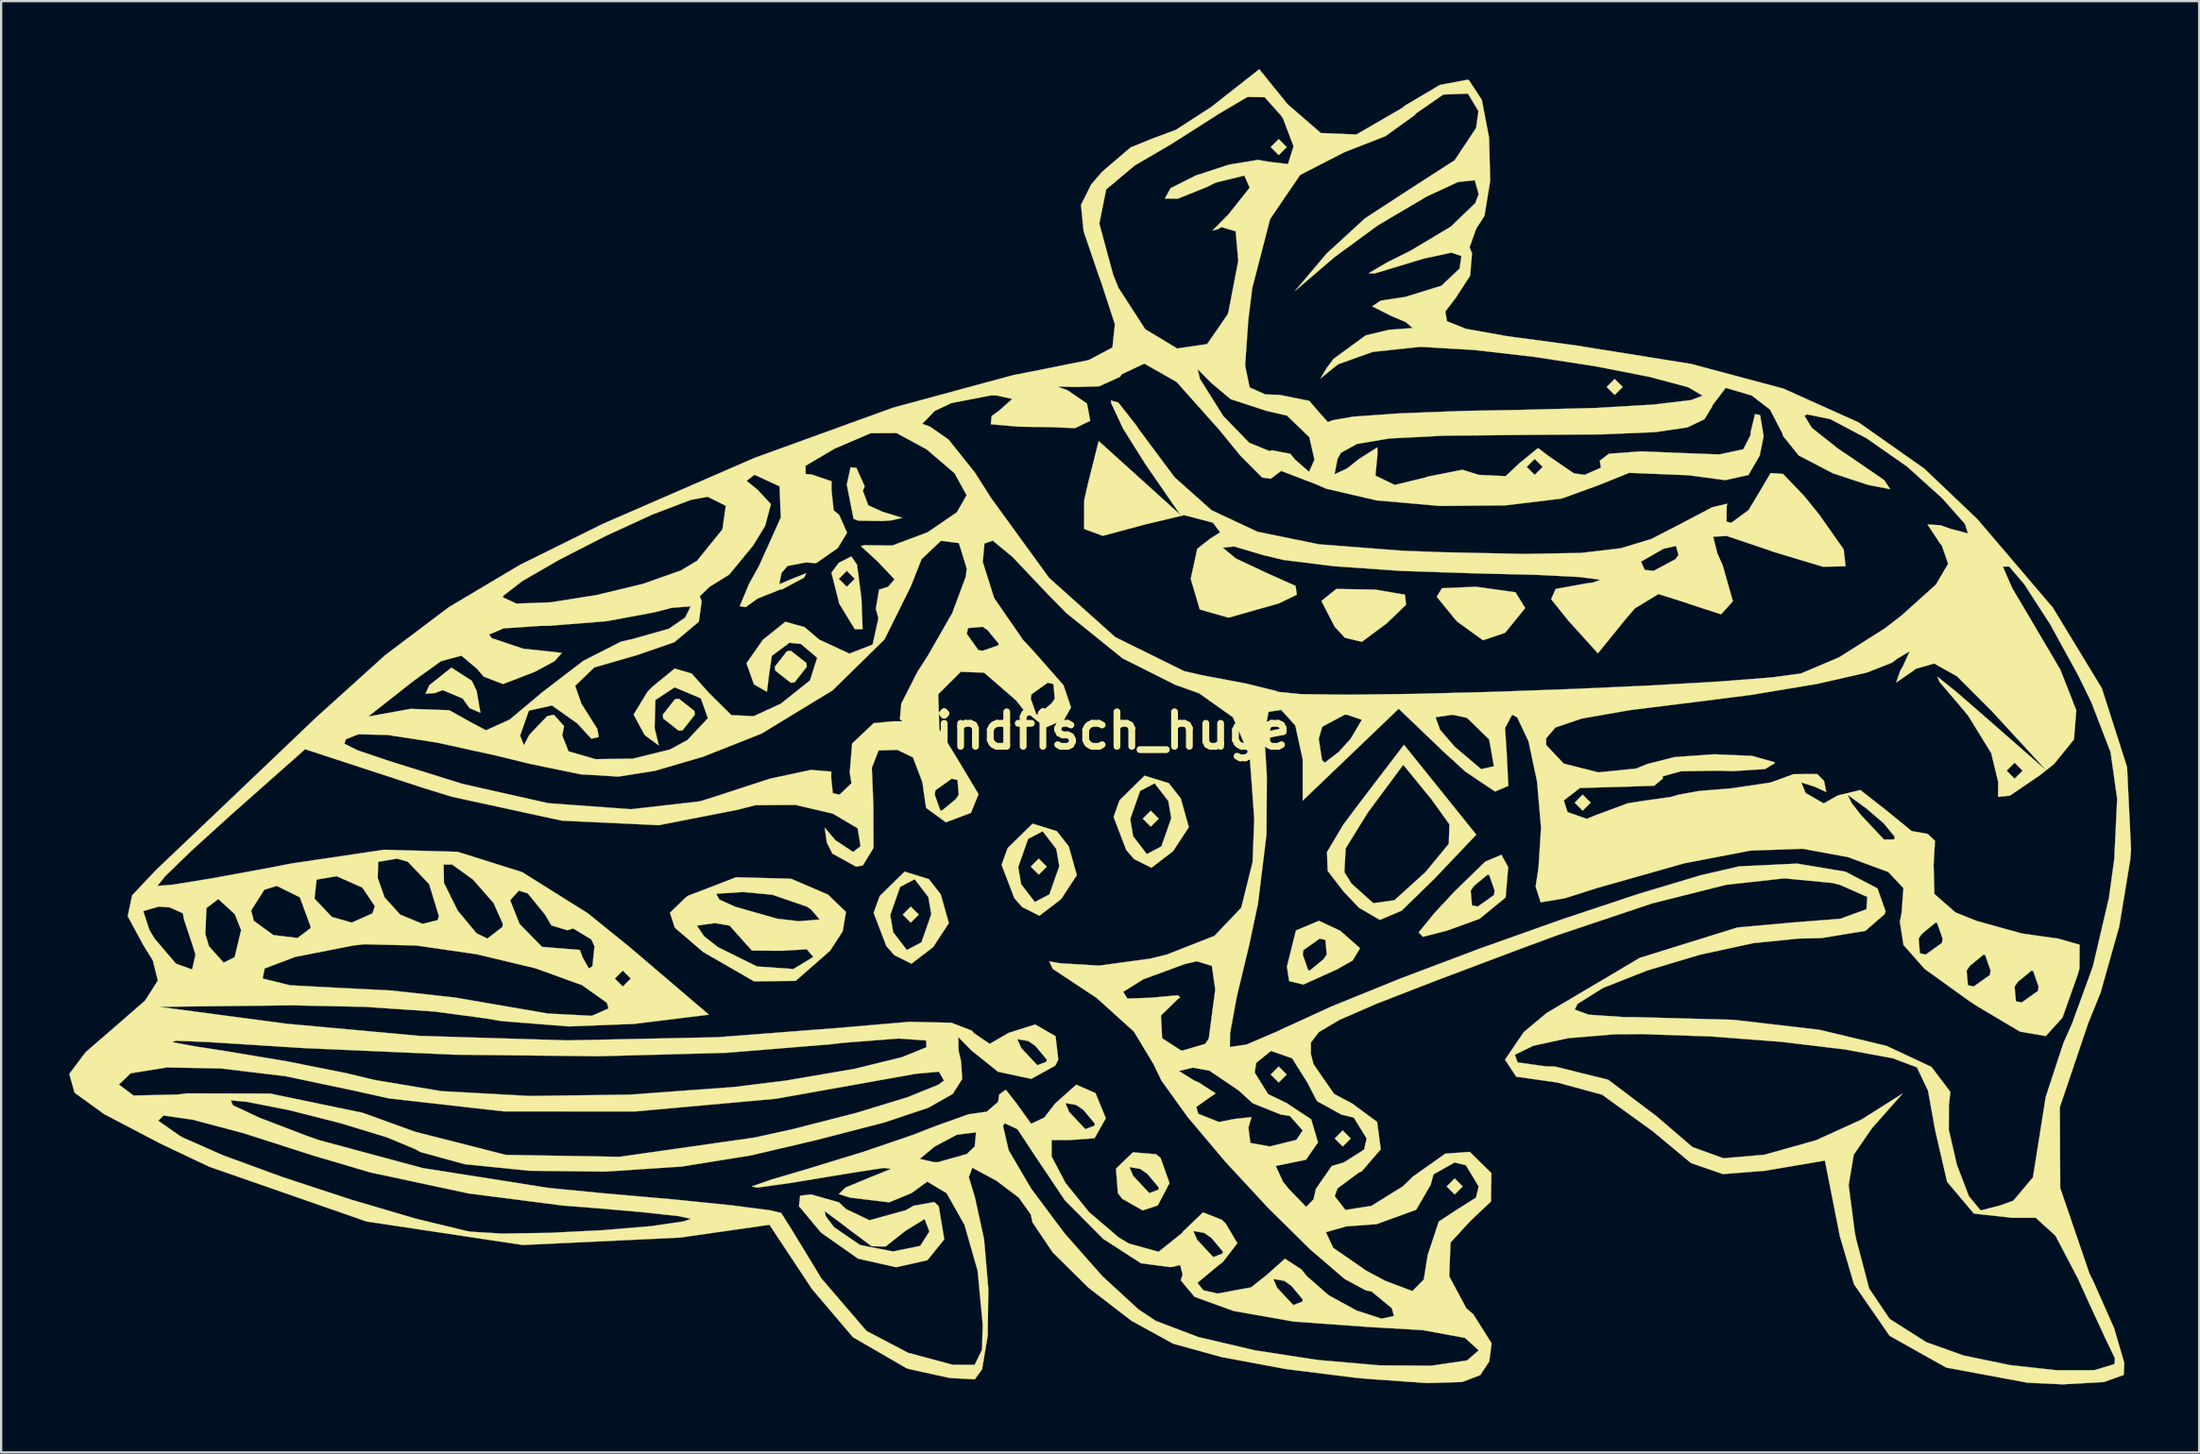
<source format=kicad_pcb>
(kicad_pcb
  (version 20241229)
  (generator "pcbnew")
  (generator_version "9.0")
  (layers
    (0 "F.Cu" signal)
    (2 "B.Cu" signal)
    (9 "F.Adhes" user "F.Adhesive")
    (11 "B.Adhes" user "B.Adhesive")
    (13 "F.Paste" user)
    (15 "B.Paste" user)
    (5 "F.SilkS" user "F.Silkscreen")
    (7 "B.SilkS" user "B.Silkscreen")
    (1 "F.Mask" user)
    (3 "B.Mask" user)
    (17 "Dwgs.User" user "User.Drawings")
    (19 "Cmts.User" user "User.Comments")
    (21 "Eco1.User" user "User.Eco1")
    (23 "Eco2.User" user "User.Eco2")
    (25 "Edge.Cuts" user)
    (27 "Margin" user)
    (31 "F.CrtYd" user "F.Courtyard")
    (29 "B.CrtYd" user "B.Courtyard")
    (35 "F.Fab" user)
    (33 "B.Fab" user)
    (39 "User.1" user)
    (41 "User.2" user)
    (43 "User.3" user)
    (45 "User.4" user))
  (footprint "windfisch_huge"
    (layer "F.Cu")
    (at 45.232 29.193)
    (property "Reference" "windfisch_huge" (at 0 0 0) (layer "F.SilkS") (effects (font (size 1.524 1.524) (thickness 0.3))))
    (attr through_hole)
    (fp_poly (pts (xy -7.761 8.114) (xy -8.114 8.467) (xy -8.467 8.114) (xy -8.114 7.761) (xy -7.761 8.114)) (stroke (width 0.01) (type solid)) (fill yes) (layer "F.SilkS"))
    (fp_poly (pts (xy -2.117 5.997) (xy -2.469 6.35) (xy -2.822 5.997) (xy -2.469 5.644) (xy -2.117 5.997)) (stroke (width 0.01) (type solid)) (fill yes) (layer "F.SilkS"))
    (fp_poly (pts (xy 2.822 3.881) (xy 2.469 4.233) (xy 2.117 3.881) (xy 2.469 3.528) (xy 2.822 3.881)) (stroke (width 0.01) (type solid)) (fill yes) (layer "F.SilkS"))
    (fp_poly (pts (xy 8.467 -25.753) (xy 8.114 -25.4) (xy 7.761 -25.753) (xy 8.114 -26.106) (xy 8.467 -25.753)) (stroke (width 0.01) (type solid)) (fill yes) (layer "F.SilkS"))
    (fp_poly (pts (xy 8.467 15.169) (xy 8.114 15.522) (xy 7.761 15.169) (xy 8.114 14.817) (xy 8.467 15.169)) (stroke (width 0.01) (type solid)) (fill yes) (layer "F.SilkS"))
    (fp_poly (pts (xy 11.289 17.992) (xy 10.936 18.344) (xy 10.583 17.992) (xy 10.936 17.639) (xy 11.289 17.992)) (stroke (width 0.01) (type solid)) (fill yes) (layer "F.SilkS"))
    (fp_poly (pts (xy 16.228 20.108) (xy 15.875 20.461) (xy 15.522 20.108) (xy 15.875 19.756) (xy 16.228 20.108)) (stroke (width 0.01) (type solid)) (fill yes) (layer "F.SilkS"))
    (fp_poly (pts (xy 21.872 3.175) (xy 21.519 3.528) (xy 21.167 3.175) (xy 21.519 2.822) (xy 21.872 3.175)) (stroke (width 0.01) (type solid)) (fill yes) (layer "F.SilkS"))
    (fp_poly (pts (xy 23.283 -15.169) (xy 22.931 -14.817) (xy 22.578 -15.169) (xy 22.931 -15.522) (xy 23.283 -15.169)) (stroke (width 0.01) (type solid)) (fill yes) (layer "F.SilkS"))
    (fp_poly (pts (xy -17.659 -0.874) (xy -17.639 -0.706) (xy -18.176 -0.021) (xy -18.344 0) (xy -19.029 -0.537) (xy -19.05 -0.706) (xy -18.513 -1.391) (xy -18.344 -1.411) (xy -17.659 -0.874)) (stroke (width 0.01) (type solid)) (fill yes) (layer "F.SilkS"))
    (fp_poly (pts (xy -12.721 -2.991) (xy -12.7 -2.822) (xy -13.237 -2.137) (xy -13.406 -2.117) (xy -14.091 -2.654) (xy -14.111 -2.822) (xy -13.574 -3.507) (xy -13.406 -3.528) (xy -12.721 -2.991)) (stroke (width 0.01) (type solid)) (fill yes) (layer "F.SilkS"))
    (fp_poly (pts (xy 12.366 -6.227) (xy 13.683 -6.002) (xy 13.728 -5.557) (xy 12.885 -4.745) (xy 11.779 -3.923) (xy 11.034 -4.101) (xy 10.584 -4.585) (xy 9.996 -5.725) (xy 10.655 -6.256) (xy 12.366 -6.227)) (stroke (width 0.01) (type solid)) (fill yes) (layer "F.SilkS"))
    (fp_poly (pts (xy -27.474 -2.204) (xy -27.262 -1.764) (xy -27.095 -0.793) (xy -27.577 -1) (xy -27.877 -1.423) (xy -28.759 -1.793) (xy -29.086 -1.666) (xy -29.516 -1.632) (xy -29.348 -2.008) (xy -28.375 -2.783) (xy -27.474 -2.204)) (stroke (width 0.01) (type solid)) (fill yes) (layer "F.SilkS"))
    (fp_poly (pts (xy 18.559 -6.109) (xy 18.984 -5.412) (xy 18.099 -4.322) (xy 17.123 -3.992) (xy 15.998 -4.805) (xy 15.873 -4.941) (xy 15.083 -5.913) (xy 15.314 -6.288) (xy 16.758 -6.35) (xy 16.824 -6.35) (xy 18.559 -6.109)) (stroke (width 0.01) (type solid)) (fill yes) (layer "F.SilkS"))
    (fp_poly (pts (xy -10.51 -11.596) (xy -10.147 -10.782) (xy -10.228 -10.588) (xy -9.988 -9.945) (xy -9.357 -9.66) (xy -8.487 -9.391) (xy -8.986 -9.28) (xy -9.349 -9.254) (xy -10.426 -9.269) (xy -10.637 -9.349) (xy -10.935 -10.862) (xy -10.768 -11.624) (xy -10.51 -11.596)) (stroke (width 0.01) (type solid)) (fill yes) (layer "F.SilkS"))
    (fp_poly (pts (xy -10.485 -7.329) (xy -10.305 -5.957) (xy -10.29 -5.821) (xy -10.24 -4.479) (xy -10.58 -4.479) (xy -11.266 -5.602) (xy -11.544 -6.703) (xy -11.289 -6.703) (xy -10.936 -6.35) (xy -10.583 -6.703) (xy -10.936 -7.056) (xy -11.289 -6.703) (xy -11.544 -6.703) (xy -11.612 -6.973) (xy -11.291 -7.407) (xy -10.736 -7.69) (xy -10.485 -7.329)) (stroke (width 0.01) (type solid)) (fill yes) (layer "F.SilkS"))
    (fp_poly (pts (xy 2.708 18.689) (xy 2.902 18.847) (xy 3.297 19.96) (xy 2.782 20.943) (xy 2.117 21.167) (xy 1.212 20.653) (xy 1.02 20.4) (xy 0.938 19.324) (xy 1.012 19.252) (xy 1.525 19.252) (xy 1.697 19.647) (xy 2.407 20.404) (xy 2.815 20.249) (xy 2.822 20.15) (xy 2.321 19.553) (xy 2.008 19.335) (xy 1.525 19.252) (xy 1.012 19.252) (xy 1.684 18.602) (xy 2.708 18.689)) (stroke (width 0.01) (type solid)) (fill yes) (layer "F.SilkS"))
    (fp_poly (pts (xy 37.993 -1.719) (xy 39.16 -0.706) (xy 41.96 1.746) (xy 41.699 1.953) (xy 40.362 2.864) (xy 39.84 2.918) (xy 39.846 2.265) (xy 39.726 1.764) (xy 40.217 1.764) (xy 40.569 2.117) (xy 40.922 1.764) (xy 40.569 1.411) (xy 40.217 1.764) (xy 39.726 1.764) (xy 39.539 0.991) (xy 38.525 -0.657) (xy 38.194 -1.058) (xy 37.257 -2.156) (xy 37.164 -2.386) (xy 37.993 -1.719)) (stroke (width 0.01) (type solid)) (fill yes) (layer "F.SilkS"))
    (fp_poly (pts (xy 10.822 8.824) (xy 11.7 9.595) (xy 11.376 10.137) (xy 10.688 10.527) (xy 9.204 11.199) (xy 8.574 11.048) (xy 8.477 10.407) (xy 8.609 9.878) (xy 9.172 9.878) (xy 9.413 10.565) (xy 9.483 10.583) (xy 10.086 10.089) (xy 10.231 9.878) (xy 10.175 9.228) (xy 9.919 9.172) (xy 9.201 9.684) (xy 9.172 9.878) (xy 8.609 9.878) (xy 8.873 8.814) (xy 9.885 8.388) (xy 10.822 8.824)) (stroke (width 0.01) (type solid)) (fill yes) (layer "F.SilkS"))
    (fp_poly (pts (xy -7.315 6.55) (xy -6.792 7.219) (xy -6.435 8.49) (xy -7.128 9.547) (xy -8.084 10.28) (xy -8.844 9.9) (xy -9.192 9.501) (xy -9.714 8.133) (xy -9.02 8.133) (xy -8.89 8.89) (xy -8.286 9.676) (xy -7.644 9.338) (xy -7.208 8.095) (xy -7.338 7.338) (xy -7.942 6.552) (xy -8.583 6.89) (xy -9.02 8.133) (xy -9.714 8.133) (xy -9.752 8.034) (xy -9.484 7.295) (xy -8.387 6.218) (xy -7.315 6.55)) (stroke (width 0.01) (type solid)) (fill yes) (layer "F.SilkS"))
    (fp_poly (pts (xy -1.671 4.433) (xy -1.147 5.102) (xy -0.79 6.373) (xy -1.484 7.431) (xy -2.439 8.163) (xy -3.2 7.783) (xy -3.547 7.385) (xy -4.07 6.016) (xy -3.376 6.016) (xy -3.246 6.773) (xy -2.642 7.559) (xy -2 7.221) (xy -1.563 5.978) (xy -1.693 5.221) (xy -2.297 4.435) (xy -2.939 4.773) (xy -3.376 6.016) (xy -4.07 6.016) (xy -4.107 5.917) (xy -3.84 5.178) (xy -2.742 4.101) (xy -1.671 4.433)) (stroke (width 0.01) (type solid)) (fill yes) (layer "F.SilkS"))
    (fp_poly (pts (xy 3.268 2.316) (xy 3.792 2.985) (xy 4.149 4.256) (xy 3.455 5.314) (xy 2.5 6.046) (xy 1.739 5.666) (xy 1.391 5.268) (xy 0.869 3.9) (xy 1.563 3.9) (xy 1.693 4.657) (xy 2.297 5.443) (xy 2.939 5.104) (xy 3.376 3.861) (xy 3.246 3.104) (xy 2.642 2.319) (xy 2 2.657) (xy 1.563 3.9) (xy 0.869 3.9) (xy 0.831 3.801) (xy 1.099 3.061) (xy 2.197 1.985) (xy 3.268 2.316)) (stroke (width 0.01) (type solid)) (fill yes) (layer "F.SilkS"))
    (fp_poly (pts (xy 18.234 6.02) (xy 18.121 7.356) (xy 16.972 8.299) (xy 15.522 8.824) (xy 14.478 9.092) (xy 14.287 8.901) (xy 14.994 8.032) (xy 15.875 7.087) (xy 15.908 7.056) (xy 16.581 7.056) (xy 16.636 7.706) (xy 16.892 7.761) (xy 17.61 7.249) (xy 17.639 7.056) (xy 17.398 6.368) (xy 17.328 6.35) (xy 16.725 6.844) (xy 16.581 7.056) (xy 15.908 7.056) (xy 17.221 5.776) (xy 17.934 5.475) (xy 18.234 6.02)) (stroke (width 0.01) (type solid)) (fill yes) (layer "F.SilkS"))
    (fp_poly (pts (xy 15.232 2.603) (xy 16.827 4.586) (xy 14.984 6.526) (xy 13.536 7.938) (xy 12.575 8.347) (xy 11.66 7.816) (xy 10.976 7.1) (xy 10.317 6.24) (xy 11.009 6.24) (xy 11.323 6.744) (xy 12.284 7.61) (xy 13.219 7.479) (xy 14.541 6.28) (xy 14.641 6.174) (xy 15.616 4.989) (xy 15.642 4.13) (xy 14.863 3.043) (xy 13.605 1.501) (xy 12.042 3.614) (xy 11.066 5.19) (xy 11.009 6.24) (xy 10.317 6.24) (xy 10.275 6.185) (xy 10.242 5.356) (xy 10.963 4.144) (xy 11.688 3.177) (xy 13.638 0.621) (xy 15.232 2.603)) (stroke (width 0.01) (type solid)) (fill yes) (layer "F.SilkS"))
    (fp_poly (pts (xy -11.282 20.811) (xy -10.975 21.104) (xy -9.936 21.6) (xy -8.333 21.158) (xy -7.986 20.959) (xy -7.079 20.798) (xy -6.882 20.979) (xy -6.637 22.44) (xy -7.378 23.363) (xy -8.761 23.673) (xy -10.438 23.294) (xy -12.063 22.152) (xy -12.098 22.115) (xy -12.864 21.194) (xy -11.914 21.194) (xy -11.862 21.424) (xy -11.496 21.907) (xy -10.352 22.693) (xy -8.898 22.977) (xy -7.696 22.733) (xy -7.291 22.095) (xy -7.503 21.547) (xy -8.34 22.06) (xy -9.224 22.757) (xy -9.84 22.746) (xy -10.868 21.98) (xy -11.004 21.872) (xy -11.914 21.194) (xy -12.864 21.194) (xy -13.044 20.979) (xy -12.993 20.519) (xy -12.512 20.461) (xy -11.282 20.811)) (stroke (width 0.01) (type solid)) (fill yes) (layer "F.SilkS"))
    (fp_poly (pts (xy -13.394 6.533) (xy -11.763 7.232) (xy -10.973 7.997) (xy -11.117 8.852) (xy -11.668 9.702) (xy -13.19 11.038) (xy -15.026 11.058) (xy -17.275 9.761) (xy -17.28 9.757) (xy -18.521 8.691) (xy -18.55 8.599) (xy -17.548 8.599) (xy -17.228 9.072) (xy -16.622 9.547) (xy -14.902 10.401) (xy -13.29 10.515) (xy -12.41 9.98) (xy -12.7 9.644) (xy -13.78 9.709) (xy -15.119 9.699) (xy -15.522 9.254) (xy -16.102 8.598) (xy -16.757 8.489) (xy -17.548 8.599) (xy -18.55 8.599) (xy -18.734 8.03) (xy -18.034 7.353) (xy -17.946 7.287) (xy -17.701 7.193) (xy -16.698 7.193) (xy -16.553 7.452) (xy -15.875 7.761) (xy -14.017 8.293) (xy -13.053 8.406) (xy -12.13 8.329) (xy -12.507 7.889) (xy -12.7 7.761) (xy -14.222 7.236) (xy -15.522 7.116) (xy -16.698 7.193) (xy -17.701 7.193) (xy -15.815 6.465) (xy -13.394 6.533)) (stroke (width 0.01) (type solid)) (fill yes) (layer "F.SilkS"))
    (fp_poly (pts (xy 1.039 -14.481) (xy 1.835 -13.467) (xy 1.96 -13.281) (xy 3.518 -11.186) (xy 5.156 -9.726) (xy 7.176 -8.78) (xy 9.881 -8.226) (xy 13.574 -7.941) (xy 15.341 -7.876) (xy 18.927 -7.799) (xy 21.435 -7.844) (xy 23.196 -8.05) (xy 24.54 -8.458) (xy 25.798 -9.105) (xy 25.81 -9.112) (xy 27.232 -9.859) (xy 27.893 -10.017) (xy 27.87 -9.879) (xy 27.863 -9.225) (xy 28.073 -9.172) (xy 28.836 -9.736) (xy 29.349 -10.588) (xy 29.809 -11.37) (xy 30.357 -11.329) (xy 31.302 -10.341) (xy 31.956 -9.53) (xy 33.031 -8.003) (xy 33.114 -7.257) (xy 32.115 -7.237) (xy 29.946 -7.89) (xy 29.52 -8.04) (xy 27.87 -8.594) (xy 27.275 -8.56) (xy 27.458 -7.827) (xy 27.694 -7.301) (xy 28.144 -5.714) (xy 27.624 -5.137) (xy 26.17 -5.61) (xy 26.136 -5.628) (xy 24.86 -6.031) (xy 23.823 -5.399) (xy 23.413 -4.924) (xy 22.192 -3.416) (xy 20.909 -4.833) (xy 20.128 -5.803) (xy 20.327 -6.255) (xy 21.705 -6.506) (xy 21.984 -6.54) (xy 22.299 -6.664) (xy 21.382 -6.782) (xy 19.413 -6.881) (xy 16.803 -6.943) (xy 13.488 -7.053) (xy 10.536 -7.261) (xy 8.923 -7.461) (xy 24.091 -7.461) (xy 24.257 -7.093) (xy 24.653 -7.056) (xy 25.61 -7.568) (xy 25.748 -7.753) (xy 25.634 -8.154) (xy 25.084 -8.03) (xy 24.091 -7.461) (xy 8.923 -7.461) (xy 8.335 -7.534) (xy 7.454 -7.744) (xy 6.146 -8.131) (xy 5.644 -8.079) (xy 6.223 -7.6) (xy 7.585 -6.96) (xy 8.858 -6.389) (xy 8.913 -6.002) (xy 8.114 -5.616) (xy 5.899 -4.989) (xy 4.633 -5.35) (xy 4.233 -6.703) (xy 4.523 -8.028) (xy 5.08 -8.467) (xy 5.53 -8.753) (xy 5.212 -9.181) (xy 3.943 -9.514) (xy 2.213 -9.1) (xy 0.354 -8.599) (xy -0.468 -8.905) (xy -0.464 -10.169) (xy -0.3 -10.894) (xy 0.174 -12.783) (xy 1.976 -11.154) (xy 3.778 -9.525) (xy 2.242 -11.751) (xy 1.247 -13.337) (xy 0.731 -14.443) (xy 0.71 -14.573) (xy 1.039 -14.481)) (stroke (width 0.01) (type solid)) (fill yes) (layer "F.SilkS"))
    (fp_poly (pts (xy 8.503 -27.647) (xy 9.973 -26.372) (xy 11.539 -26.308) (xy 13.512 -27.451) (xy 13.684 -27.584) (xy 15.221 -28.495) (xy 16.433 -28.724) (xy 16.505 -28.702) (xy 17.07 -27.842) (xy 17.391 -26.169) (xy 17.44 -24.267) (xy 17.188 -22.717) (xy 16.826 -22.158) (xy 16.53 -21.328) (xy 16.638 -21.073) (xy 16.556 -20.077) (xy 15.921 -19.101) (xy 15.461 -18.494) (xy 15.537 -18.067) (xy 16.367 -17.735) (xy 18.166 -17.412) (xy 21.15 -17.011) (xy 21.17 -17.009) (xy 26.312 -16.183) (xy 30.376 -15.095) (xy 33.692 -13.603) (xy 36.587 -11.565) (xy 38.93 -9.332) (xy 42.256 -5.431) (xy 44.418 -1.87) (xy 45.529 1.603) (xy 45.704 5.246) (xy 45.669 5.695) (xy 45.183 8.64) (xy 44.358 11.567) (xy 43.812 12.913) (xy 42.564 16.612) (xy 42.581 20.178) (xy 43.871 23.956) (xy 44.063 24.344) (xy 44.956 26.359) (xy 45.405 27.889) (xy 45.383 28.424) (xy 44.508 28.739) (xy 42.693 28.842) (xy 41.155 28.771) (xy 37.553 28.101) (xy 35.056 26.699) (xy 33.488 24.429) (xy 32.859 22.294) (xy 32.204 18.968) (xy 29.557 19.416) (xy 27.707 19.563) (xy 26.299 19.077) (xy 24.677 17.728) (xy 24.639 17.693) (xy 22.369 16.056) (xy 20.398 15.522) (xy 18.589 15.265) (xy 18.095 14.515) (xy 18.243 14.297) (xy 18.529 14.297) (xy 18.649 14.636) (xy 19.903 14.811) (xy 20.296 14.817) (xy 22.642 15.398) (xy 24.758 16.995) (xy 26.36 18.369) (xy 27.73 18.865) (xy 29.512 18.713) (xy 29.545 18.707) (xy 31.822 18.067) (xy 33.807 17.162) (xy 33.867 17.125) (xy 35.631 16.009) (xy 34.279 17.538) (xy 33.475 18.706) (xy 33.25 20.052) (xy 33.521 22.133) (xy 33.574 22.41) (xy 34.155 24.614) (xy 35.057 25.952) (xy 36.651 26.967) (xy 36.689 26.986) (xy 38.331 27.571) (xy 40.373 27.993) (xy 42.422 28.219) (xy 44.086 28.216) (xy 44.972 27.949) (xy 44.994 27.693) (xy 44.556 26.778) (xy 43.77 25.073) (xy 43.348 24.145) (xy 42.371 22.281) (xy 41.501 21.491) (xy 40.474 21.493) (xy 38.773 21.305) (xy 37.591 19.901) (xy 37.061 17.605) (xy 36.75 15.883) (xy 36.261 14.853) (xy 35.193 14.451) (xy 33.082 14.063) (xy 30.296 13.729) (xy 27.203 13.491) (xy 24.17 13.387) (xy 22.932 13.395) (xy 20.875 13.566) (xy 19.34 13.903) (xy 18.529 14.297) (xy 18.243 14.297) (xy 18.92 13.301) (xy 19.919 12.463) (xy 24.04 10.022) (xy 28.343 8.682) (xy 30.736 8.467) (xy 32.878 8.298) (xy 34.034 7.878) (xy 34.073 7.335) (xy 32.864 6.799) (xy 32.521 6.717) (xy 30.415 6.514) (xy 27.851 6.797) (xy 24.592 7.617) (xy 20.4 9.023) (xy 18.697 9.653) (xy 14.998 11.048) (xy 12.425 12.048) (xy 10.785 12.762) (xy 9.885 13.297) (xy 9.531 13.761) (xy 9.532 14.262) (xy 9.646 14.711) (xy 10.555 16.026) (xy 11.354 16.449) (xy 12.454 17.263) (xy 12.614 18.471) (xy 11.774 19.444) (xy 11.642 19.5) (xy 10.708 20.193) (xy 10.583 20.537) (xy 11.058 21.146) (xy 12.198 20.968) (xy 13.578 20.112) (xy 14.044 19.665) (xy 15.464 18.662) (xy 16.541 18.584) (xy 17.494 19.522) (xy 17.473 20.774) (xy 16.581 21.617) (xy 15.691 22.583) (xy 15.634 24.074) (xy 16.39 25.486) (xy 16.695 25.749) (xy 17.503 27.03) (xy 17.4 27.828) (xy 17.002 28.434) (xy 16.193 28.74) (xy 14.663 28.785) (xy 12.103 28.604) (xy 11.464 28.546) (xy 8.422 28.165) (xy 5.577 27.633) (xy 3.517 27.063) (xy 3.427 27.029) (xy 1.615 26.033) (xy -0.274 24.579) (xy -1.855 23.016) (xy -2.745 21.695) (xy -2.822 21.342) (xy -3.353 20.599) (xy -4.334 19.857) (xy -5.4 19.283) (xy -5.555 19.696) (xy -5.29 20.569) (xy -4.882 22.432) (xy -4.693 24.63) (xy -4.722 26.699) (xy -4.969 28.178) (xy -5.292 28.62) (xy -6.406 28.558) (xy -8.156 28.173) (xy -8.294 28.134) (xy -10.666 26.759) (xy -12.469 24.637) (xy -14.346 21.8) (xy -18.286 22.365) (xy -25.224 22.692) (xy -32.119 21.654) (xy -39.06 19.236) (xy -41.225 18.209) (xy -43.13 17.209) (xy -41.304 17.209) (xy -40.348 17.877) (xy -40.199 17.959) (xy -38.448 18.733) (xy -35.828 19.693) (xy -32.836 20.678) (xy -29.969 21.524) (xy -27.725 22.069) (xy -27.517 22.107) (xy -26.141 22.189) (xy -24.043 22.157) (xy -21.694 22.039) (xy -19.565 21.861) (xy -18.126 21.651) (xy -17.803 21.537) (xy -18.362 21.417) (xy -20.016 21.237) (xy -22.451 21.028) (xy -23.448 20.953) (xy -27.616 20.417) (xy -31.961 19.487) (xy -34.519 18.73) (xy -37.545 17.757) (xy -39.772 17.166) (xy -41.069 16.978) (xy -41.304 17.209) (xy -43.13 17.209) (xy -43.694 16.913) (xy -44.992 15.973) (xy -45.094 15.615) (xy -43.039 15.615) (xy -42.391 16.097) (xy -40.443 16.054) (xy -40.04 16.002) (xy -36.367 16.011) (xy -32.285 16.859) (xy -29.986 17.692) (xy -25.974 18.716) (xy -20.96 18.802) (xy -14.999 17.951) (xy -13.323 17.582) (xy -10.515 16.862) (xy -8.26 16.173) (xy -6.892 15.619) (xy -6.65 15.437) (xy -6.871 15.045) (xy -7.878 15.135) (xy -14.056 16.239) (xy -20.246 16.797) (xy -26.065 16.796) (xy -31.126 16.224) (xy -32.695 15.875) (xy -35.689 15.245) (xy -38.534 14.902) (xy -40.915 14.857) (xy -42.52 15.115) (xy -43.039 15.615) (xy -45.094 15.615) (xy -45.227 15.145) (xy -44.503 14.182) (xy -43.995 13.743) (xy -40.685 13.743) (xy -39.63 13.936) (xy -38.453 14.116) (xy -35.667 14.581) (xy -33.042 15.104) (xy -31.75 15.413) (xy -28.819 15.903) (xy -24.921 16.117) (xy -20.477 16.057) (xy -15.902 15.72) (xy -13.611 15.436) (xy -10.588 14.918) (xy -8.496 14.404) (xy -7.418 13.965) (xy -7.438 13.667) (xy -8.642 13.58) (xy -11.112 13.772) (xy -11.642 13.835) (xy -16.233 14.21) (xy -21.873 14.363) (xy -28.218 14.294) (xy -34.924 14.002) (xy -36.336 13.912) (xy -39.105 13.737) (xy -40.532 13.679) (xy -40.685 13.743) (xy -43.995 13.743) (xy -43.389 13.219) (xy -41.881 11.904) (xy -41.32 11.022) (xy -41.342 10.934) (xy -36.7 10.934) (xy -35.484 11.234) (xy -33.867 11.319) (xy -31.027 11.463) (xy -28.243 11.769) (xy -27.164 11.954) (xy -24.12 12.479) (xy -22.18 12.58) (xy -21.445 12.257) (xy -21.514 12.004) (xy -22.613 11.226) (xy -23.415 10.936) (xy -21.167 10.936) (xy -20.814 11.289) (xy -20.461 10.936) (xy -20.814 10.583) (xy -21.167 10.936) (xy -23.415 10.936) (xy -24.678 10.479) (xy -27.263 9.862) (xy -29.923 9.477) (xy -32.215 9.422) (xy -32.7 9.476) (xy -35.261 9.98) (xy -36.61 10.491) (xy -36.7 10.934) (xy -41.342 10.934) (xy -41.542 10.137) (xy -41.972 9.439) (xy -42.649 8.183) (xy -42.601 7.958) (xy -41.963 7.958) (xy -41.695 8.788) (xy -41.464 9.172) (xy -40.522 10.279) (xy -39.809 10.535) (xy -39.66 9.883) (xy -39.788 9.467) (xy -39.956 8.962) (xy -39.227 8.962) (xy -39.067 9.509) (xy -38.418 10.234) (xy -37.933 9.993) (xy -37.647 8.793) (xy -37.929 8.091) (xy -38.107 7.928) (xy -37.205 7.928) (xy -37.09 8.388) (xy -36.228 9.015) (xy -35.161 9.147) (xy -34.587 8.713) (xy -34.583 8.643) (xy -35.035 7.408) (xy -34.412 7.408) (xy -33.645 8.216) (xy -32.767 8.467) (xy -31.855 8.06) (xy -31.75 7.739) (xy -32.303 6.919) (xy -33.256 6.498) (xy -31.624 6.498) (xy -31.322 7.351) (xy -30.628 8.118) (xy -29.637 8.524) (xy -28.971 8.355) (xy -28.928 8.172) (xy -29.354 6.77) (xy -30.18 5.903) (xy -28.716 5.903) (xy -28.701 6.719) (xy -28.094 7.94) (xy -27.266 8.939) (xy -26.786 9.172) (xy -26.121 8.657) (xy -26.106 8.517) (xy -26.514 7.601) (xy -26.621 7.48) (xy -25.782 7.48) (xy -25.371 8.521) (xy -24.377 9.538) (xy -23.582 9.602) (xy -22.71 9.672) (xy -22.578 10.018) (xy -22.311 10.495) (xy -22.154 10.395) (xy -22.063 9.508) (xy -22.203 9.208) (xy -23.003 8.725) (xy -23.258 8.804) (xy -23.964 8.589) (xy -24.246 8.11) (xy -25.006 7.177) (xy -25.403 7.056) (xy -25.782 7.48) (xy -26.621 7.48) (xy -27.419 6.569) (xy -28.337 5.905) (xy -28.716 5.903) (xy -30.18 5.903) (xy -30.301 5.777) (xy -30.767 5.644) (xy -31.602 5.783) (xy -31.624 6.498) (xy -33.256 6.498) (xy -33.434 6.419) (xy -34.321 6.569) (xy -34.412 7.408) (xy -35.035 7.408) (xy -35.056 7.351) (xy -36.074 6.847) (xy -36.622 7.014) (xy -37.205 7.928) (xy -38.107 7.928) (xy -38.655 7.425) (xy -39.178 7.828) (xy -39.227 8.962) (xy -39.956 8.962) (xy -40.162 8.343) (xy -40.217 8.056) (xy -40.793 7.794) (xy -41.281 7.761) (xy -41.963 7.958) (xy -42.601 7.958) (xy -42.455 7.265) (xy -42.065 6.85) (xy -41.342 6.85) (xy -40.643 6.791) (xy -38.89 6.506) (xy -36.414 6.05) (xy -35.421 5.857) (xy -31.338 5.252) (xy -28.096 5.343) (xy -25.251 6.24) (xy -22.36 8.053) (xy -20.507 9.552) (xy -17.018 12.529) (xy -20.327 12.937) (xy -23.196 13.047) (xy -26.174 12.811) (xy -26.811 12.7) (xy -29.113 12.391) (xy -32.189 12.183) (xy -35.401 12.117) (xy -35.631 12.119) (xy -41.275 12.182) (xy -35.631 12.931) (xy -29.781 13.465) (xy -23.223 13.665) (xy -16.618 13.524) (xy -11.213 13.107) (xy -8.182 12.845) (xy -6.32 12.886) (xy -5.414 13.237) (xy -5.329 13.345) (xy -4.633 13.816) (xy -4.271 13.608) (xy -3.414 13.608) (xy -3.242 14.002) (xy -2.532 14.76) (xy -2.124 14.604) (xy -2.117 14.506) (xy -2.618 13.909) (xy -2.931 13.691) (xy -3.414 13.608) (xy -4.271 13.608) (xy -3.788 13.329) (xy -2.627 12.963) (xy -1.728 13.479) (xy -1.608 14.512) (xy -1.737 14.774) (xy -2.799 15.363) (xy -4.27 15.045) (xy -5.433 14.111) (xy -6.018 13.516) (xy -6.008 14.111) (xy -5.9 14.565) (xy -5.845 15.363) (xy -6.26 16.024) (xy -7.339 16.635) (xy -9.275 17.284) (xy -12.262 18.057) (xy -15.169 18.74) (xy -18.213 19.231) (xy -21.605 19.454) (xy -24.932 19.416) (xy -27.779 19.127) (xy -29.734 18.592) (xy -29.986 18.454) (xy -31.218 17.941) (xy -33.253 17.32) (xy -35.506 16.747) (xy -37.393 16.374) (xy -38.1 16.311) (xy -38.012 16.527) (xy -36.826 17.081) (xy -34.786 17.862) (xy -34.219 18.063) (xy -29.634 19.298) (xy -24.069 20.177) (xy -21.646 20.413) (xy -18.535 20.685) (xy -16.001 20.944) (xy -14.337 21.158) (xy -13.831 21.276) (xy -13.389 21.976) (xy -12.491 23.449) (xy -12.063 24.159) (xy -10.066 26.486) (xy -8.237 27.447) (xy -6.266 27.977) (xy -5.296 27.979) (xy -4.972 27.321) (xy -4.939 26.211) (xy -5.164 23.831) (xy -5.743 21.807) (xy -6.532 20.406) (xy -7.385 19.896) (xy -8.075 20.398) (xy -9.063 20.808) (xy -10.781 20.603) (xy -11.289 20.445) (xy -10.989 20.157) (xy -9.878 19.695) (xy -8.973 19.332) (xy -9.312 19.292) (xy -10.583 19.487) (xy -13.389 19.951) (xy -14.88 20.16) (xy -15.132 20.109) (xy -14.218 19.792) (xy -12.7 19.346) (xy -11.221 18.892) (xy -7.717 18.892) (xy -7.081 19.037) (xy -6.921 19.039) (xy -5.645 18.68) (xy -5.292 18.344) (xy -5.235 17.721) (xy -6.076 17.825) (xy -7.056 18.344) (xy -7.717 18.892) (xy -11.221 18.892) (xy -10.198 18.579) (xy -7.996 17.826) (xy -7.056 17.458) (xy -7.002 17.438) (xy -4.045 17.438) (xy -3.797 18.511) (xy -2.802 20.207) (xy -1.332 22.177) (xy 0.338 24.07) (xy 1.934 25.537) (xy 2.69 26.04) (xy 4.562 26.752) (xy 7.051 27.337) (xy 9.82 27.764) (xy 12.531 28.002) (xy 14.844 28.019) (xy 16.422 27.787) (xy 16.933 27.34) (xy 16.331 26.792) (xy 14.471 26.449) (xy 12.12 26.312) (xy 8.779 26.071) (xy 6.135 25.606) (xy 4.401 24.979) (xy 3.793 24.249) (xy 3.875 23.998) (xy 3.77 23.579) (xy 3.34 23.67) (xy 2.039 23.498) (xy 0.366 22.416) (xy -1.319 20.717) (xy -2.597 18.811) (xy -3.409 17.58) (xy -3.973 17.319) (xy -4.045 17.438) (xy -7.002 17.438) (xy -5.57 16.926) (xy -4.763 16.81) (xy -4.26 16.377) (xy -4.212 16.051) (xy -3.923 15.84) (xy -3.444 16.453) (xy -2.806 17.343) (xy -2.228 17.073) (xy -1.749 16.453) (xy -1.723 16.43) (xy -1.297 16.43) (xy -1.126 16.824) (xy -0.415 17.582) (xy -0.007 17.426) (xy 0 17.328) (xy -0.501 16.731) (xy -0.815 16.513) (xy -1.297 16.43) (xy -1.723 16.43) (xy -0.815 15.618) (xy 0.032 15.99) (xy 0.489 17.097) (xy -0.006 17.98) (xy -1.129 18.062) (xy -1.13 18.062) (xy -1.905 18.06) (xy -1.9 18.792) (xy -1.29 19.954) (xy -0.25 21.241) (xy 1.044 22.349) (xy 1.505 22.628) (xy 2.816 22.991) (xy 3.834 22.18) (xy 3.891 22.104) (xy 3.922 22.074) (xy 4.347 22.074) (xy 4.519 22.469) (xy 5.229 23.226) (xy 5.638 23.071) (xy 5.644 22.972) (xy 5.143 22.375) (xy 4.83 22.158) (xy 4.347 22.074) (xy 3.922 22.074) (xy 4.775 21.252) (xy 5.601 21.579) (xy 5.773 21.743) (xy 6.29 22.613) (xy 5.644 23.45) (xy 5.417 23.622) (xy 4.527 24.364) (xy 4.79 24.69) (xy 5.417 24.835) (xy 6.899 24.561) (xy 7.363 24.191) (xy 7.875 24.191) (xy 8.047 24.585) (xy 8.757 25.343) (xy 9.165 25.187) (xy 9.172 25.089) (xy 8.671 24.492) (xy 8.358 24.274) (xy 7.875 24.191) (xy 7.363 24.191) (xy 7.585 24.015) (xy 8.388 23.299) (xy 9.114 23.769) (xy 9.351 24.063) (xy 10.312 24.907) (xy 11.551 25.586) (xy 12.652 25.944) (xy 13.198 25.823) (xy 13.099 25.476) (xy 12.206 24.741) (xy 11.953 24.694) (xy 11.021 24.191) (xy 9.491 22.877) (xy 8.733 22.127) (xy 10.194 22.127) (xy 10.518 22.817) (xy 11.979 23.829) (xy 12.817 24.275) (xy 14.009 24.726) (xy 14.512 24.215) (xy 14.685 23.135) (xy 15.173 21.66) (xy 15.92 21.167) (xy 16.816 20.601) (xy 16.933 20.108) (xy 16.369 19.173) (xy 15.875 19.05) (xy 14.939 19.576) (xy 14.817 20.033) (xy 14.176 21.137) (xy 12.434 21.772) (xy 11.09 21.872) (xy 10.194 22.127) (xy 8.733 22.127) (xy 7.641 21.048) (xy 5.747 19.002) (xy 4.088 17.033) (xy 2.942 15.438) (xy 2.739 15.015) (xy 3.712 15.015) (xy 4.392 15.437) (xy 4.586 15.522) (xy 5.333 16) (xy 5.074 16.178) (xy 4.478 16.602) (xy 4.567 16.903) (xy 5.479 17.266) (xy 6.136 17.135) (xy 6.913 17.048) (xy 6.777 17.519) (xy 6.863 18.19) (xy 7.719 18.344) (xy 8.888 18.057) (xy 9.172 17.639) (xy 8.607 16.999) (xy 8.2 16.933) (xy 6.964 16.436) (xy 6.35 15.875) (xy 5.189 15.087) (xy 7.056 15.087) (xy 7.647 16.035) (xy 8.467 16.432) (xy 9.545 17.147) (xy 9.846 18.164) (xy 9.314 18.932) (xy 8.733 19.05) (xy 7.981 19.204) (xy 8.303 19.903) (xy 8.557 20.218) (xy 9.324 21.01) (xy 9.652 20.675) (xy 9.753 20.218) (xy 10.453 19.208) (xy 10.988 19.05) (xy 11.878 18.484) (xy 11.994 17.992) (xy 11.425 17.072) (xy 10.87 16.933) (xy 9.801 16.341) (xy 9.377 15.522) (xy 8.702 14.45) (xy 7.771 14.129) (xy 7.119 14.658) (xy 7.056 15.087) (xy 5.189 15.087) (xy 5.06 14.999) (xy 4.323 14.866) (xy 3.712 15.015) (xy 2.739 15.015) (xy 2.597 14.719) (xy 1.727 13.275) (xy 0.075 11.783) (xy -0.322 11.522) (xy 1.253 11.522) (xy 1.444 11.819) (xy 2.469 11.782) (xy 3.667 11.675) (xy 3.774 11.778) (xy 3.704 11.803) (xy 2.92 12.566) (xy 2.971 13.569) (xy 3.805 14.109) (xy 3.881 14.111) (xy 4.407 13.957) (xy 5.96 13.957) (xy 6.693 13.849) (xy 8.118 13.238) (xy 8.225 13.183) (xy 10.434 12.17) (xy 13.472 10.937) (xy 16.979 9.613) (xy 20.596 8.327) (xy 23.963 7.206) (xy 26.719 6.379) (xy 28.418 5.986) (xy 30.975 5.863) (xy 33.114 6.221) (xy 34.52 6.956) (xy 34.877 7.963) (xy 34.836 8.091) (xy 33.989 8.83) (xy 32.052 9.149) (xy 31.027 9.172) (xy 29.046 9.372) (xy 26.684 9.886) (xy 24.339 10.589) (xy 22.41 11.353) (xy 21.296 12.051) (xy 21.167 12.306) (xy 21.79 12.531) (xy 23.337 12.636) (xy 23.812 12.637) (xy 28.2 12.758) (xy 31.96 13.196) (xy 34.918 13.905) (xy 36.901 14.834) (xy 37.735 15.934) (xy 37.671 16.525) (xy 37.666 17.606) (xy 38.022 19.149) (xy 38.553 20.54) (xy 39.071 21.166) (xy 39.083 21.167) (xy 39.93 20.947) (xy 40.512 20.738) (xy 41.378 19.709) (xy 41.628 18.139) (xy 41.941 16.159) (xy 42.728 13.767) (xy 43.107 12.913) (xy 44.02 10.41) (xy 44.731 7.368) (xy 44.966 5.658) (xy 45.093 3.007) (xy 44.801 0.939) (xy 43.947 -1.273) (xy 43.364 -2.462) (xy 42.142 -4.69) (xy 40.998 -6.461) (xy 40.33 -7.248) (xy 40.049 -7.241) (xy 40.467 -6.285) (xy 41.056 -5.292) (xy 42.589 -2.69) (xy 43.29 -0.901) (xy 43.187 0.384) (xy 42.306 1.471) (xy 41.962 1.744) (xy 39.564 -0.866) (xy 38.032 -2.399) (xy 37.024 -2.967) (xy 36.214 -2.734) (xy 36.078 -2.63) (xy 35.347 -2.127) (xy 35.524 -2.638) (xy 35.631 -2.822) (xy 35.945 -3.505) (xy 35.374 -3.167) (xy 35.177 -3.009) (xy 34.048 -2.565) (xy 31.868 -2.067) (xy 28.994 -1.588) (xy 26.896 -1.318) (xy 23.592 -0.907) (xy 21.474 -0.536) (xy 20.319 -0.142) (xy 19.906 0.336) (xy 19.91 0.632) (xy 20.686 1.452) (xy 22.214 1.838) (xy 23.873 1.672) (xy 24.342 1.477) (xy 25.568 1.164) (xy 27.325 1.04) (xy 28.994 1.111) (xy 29.958 1.382) (xy 29.996 1.428) (xy 29.566 1.691) (xy 28.14 1.782) (xy 27.517 1.764) (xy 25.854 1.789) (xy 25.052 2.01) (xy 25.047 2.117) (xy 24.676 2.425) (xy 23.433 2.469) (xy 21.401 2.526) (xy 20.686 3.076) (xy 20.851 3.588) (xy 21.7 3.889) (xy 22.097 3.726) (xy 23.519 3.2) (xy 24.165 3.098) (xy 25.413 2.923) (xy 25.753 2.822) (xy 26.647 2.66) (xy 28.046 2.547) (xy 29.797 2.289) (xy 30.819 1.918) (xy 31.859 1.909) (xy 32.163 2.214) (xy 32.264 2.703) (xy 31.75 2.469) (xy 31.16 2.282) (xy 31.351 2.747) (xy 32.148 3.208) (xy 32.764 2.859) (xy 32.894 2.828) (xy 33.207 2.828) (xy 33.383 3.193) (xy 33.777 3.704) (xy 34.807 4.801) (xy 35.266 4.796) (xy 35.278 4.673) (xy 34.796 4.084) (xy 34.043 3.438) (xy 33.207 2.828) (xy 32.894 2.828) (xy 33.767 2.617) (xy 34.912 3.514) (xy 36.029 4.427) (xy 36.739 4.555) (xy 37.057 4.86) (xy 36.996 5.913) (xy 37.03 7.202) (xy 37.958 8.016) (xy 38.91 8.397) (xy 40.886 8.946) (xy 42.486 9.172) (xy 43.437 9.442) (xy 43.43 10.497) (xy 43.354 10.76) (xy 42.68 12.66) (xy 41.945 13.472) (xy 40.805 13.276) (xy 38.919 12.155) (xy 38.542 11.907) (xy 36.703 10.583) (xy 38.453 10.583) (xy 38.509 11.233) (xy 38.764 11.289) (xy 40.569 11.289) (xy 40.625 11.939) (xy 40.881 11.994) (xy 41.599 11.482) (xy 41.628 11.289) (xy 41.387 10.602) (xy 41.317 10.583) (xy 40.714 11.078) (xy 40.569 11.289) (xy 38.764 11.289) (xy 39.482 10.777) (xy 39.511 10.583) (xy 39.27 9.896) (xy 39.2 9.878) (xy 38.598 10.372) (xy 38.453 10.583) (xy 36.703 10.583) (xy 36.601 10.51) (xy 35.67 9.455) (xy 35.626 9.172) (xy 36.336 9.172) (xy 36.392 9.822) (xy 36.647 9.878) (xy 37.366 9.366) (xy 37.394 9.172) (xy 37.154 8.485) (xy 37.083 8.467) (xy 36.481 8.961) (xy 36.336 9.172) (xy 35.626 9.172) (xy 35.509 8.431) (xy 35.585 8.044) (xy 35.666 6.942) (xy 34.995 6.232) (xy 33.26 5.591) (xy 33.193 5.571) (xy 31.227 5.209) (xy 28.928 5.288) (xy 26.008 5.848) (xy 22.18 6.933) (xy 20.724 7.395) (xy 19.667 7.571) (xy 19.445 6.875) (xy 19.57 6.067) (xy 19.684 4.284) (xy 19.51 2.255) (xy 19.132 0.468) (xy 18.631 -0.593) (xy 18.41 -0.706) (xy 18.095 -0.118) (xy 18.172 1.058) (xy 18.24 2.435) (xy 17.655 2.684) (xy 16.343 1.801) (xy 15.384 0.926) (xy 13.795 -0.596) (xy 15.029 -0.596) (xy 15.229 -0.043) (xy 15.879 0.71) (xy 17.045 1.696) (xy 17.607 1.569) (xy 17.395 0.383) (xy 16.415 -0.569) (xy 15.788 -0.706) (xy 15.029 -0.596) (xy 13.795 -0.596) (xy 13.406 -0.97) (xy 11.289 1.058) (xy 9.172 3.086) (xy 9.172 1.266) (xy 8.973 0.353) (xy 9.878 0.353) (xy 10.023 1.294) (xy 10.144 1.411) (xy 10.753 0.944) (xy 11.289 0.353) (xy 11.781 -0.482) (xy 11.133 -0.705) (xy 11.023 -0.706) (xy 10.033 -0.177) (xy 9.878 0.353) (xy 8.973 0.353) (xy 8.844 -0.234) (xy 8.224 -0.919) (xy 7.661 -0.832) (xy 7.479 0.181) (xy 7.589 2.005) (xy 7.574 4.58) (xy 7.197 7.646) (xy 6.802 9.495) (xy 6.264 11.735) (xy 5.967 13.357) (xy 5.96 13.957) (xy 4.407 13.957) (xy 4.875 13.819) (xy 5.029 13.582) (xy 5.315 11.426) (xy 5.167 10.376) (xy 4.498 10.171) (xy 3.961 10.299) (xy 2.137 10.97) (xy 1.253 11.522) (xy -0.322 11.522) (xy -0.504 11.402) (xy -1.85 10.509) (xy -2.007 10.175) (xy -1.514 10.262) (xy 0.198 10.364) (xy 2.456 10.055) (xy 3.186 9.875) (xy 5.279 9.052) (xy 6.461 7.811) (xy 6.963 5.791) (xy 7.036 3.881) (xy 6.835 1.133) (xy 6.093 -0.595) (xy 4.605 -1.651) (xy 3.558 -2.024) (xy 1.23 -3.192) (xy -1.264 -5.203) (xy -2.029 -5.983) (xy -3.622 -7.664) (xy -4.497 -8.388) (xy -4.865 -8.262) (xy -4.939 -7.447) (xy -4.437 -5.853) (xy -3.16 -4.005) (xy -2.725 -3.539) (xy -1.381 -2.013) (xy -1.045 -1.026) (xy -1.352 -0.486) (xy -2.166 -0.142) (xy -3.127 -0.906) (xy -3.476 -1.345) (xy -3.552 -1.411) (xy -2.822 -1.411) (xy -2.581 -0.724) (xy -2.511 -0.706) (xy -1.909 -1.2) (xy -1.764 -1.411) (xy -1.82 -2.061) (xy -2.075 -2.117) (xy -2.794 -1.604) (xy -2.822 -1.411) (xy -3.552 -1.411) (xy -4.878 -2.562) (xy -5.907 -2.602) (xy -6.903 -1.61) (xy -6.853 -0.059) (xy -5.873 1.549) (xy -5.127 2.8) (xy -5.459 3.624) (xy -6.566 4.04) (xy -7.438 3.403) (xy -7.523 2.822) (xy -7.056 2.822) (xy -6.815 3.509) (xy -6.744 3.528) (xy -6.142 3.033) (xy -5.997 2.822) (xy -6.053 2.172) (xy -6.308 2.117) (xy -7.027 2.629) (xy -7.056 2.822) (xy -7.523 2.822) (xy -7.603 2.265) (xy -8.015 1.177) (xy -8.706 0.844) (xy -9.534 0.87) (xy -9.832 1.641) (xy -9.764 3.288) (xy -9.758 5.172) (xy -10.229 5.945) (xy -10.525 5.997) (xy -11.571 5.421) (xy -11.813 4.939) (xy -11.911 4.276) (xy -11.431 4.838) (xy -10.655 5.35) (xy -10.328 5.096) (xy -10.455 4.305) (xy -11.559 3.655) (xy -13.207 3.273) (xy -14.965 3.286) (xy -15.791 3.496) (xy -19.226 4.168) (xy -23.499 3.968) (xy -28.353 2.913) (xy -29.608 2.525) (xy -34.825 0.816) (xy -38.147 3.759) (xy -39.845 5.302) (xy -40.997 6.421) (xy -41.342 6.85) (xy -42.065 6.85) (xy -41.419 6.164) (xy -40.208 5.012) (xy -38.281 3.176) (xy -35.944 0.948) (xy -35.55 0.572) (xy -33.094 0.572) (xy -32.514 0.863) (xy -31.069 1.352) (xy -28.54 2.141) (xy -27.869 2.349) (xy -24.1 3.199) (xy -20.45 3.464) (xy -17.423 3.118) (xy -16.803 2.926) (xy -14.327 2.117) (xy -12.517 1.73) (xy -11.62 1.804) (xy -11.624 2.088) (xy -11.553 2.757) (xy -11.255 2.822) (xy -10.728 2.318) (xy -10.805 1.85) (xy -10.7 0.564) (xy -9.749 -0.333) (xy -8.91 -0.413) (xy -8.469 -0.416) (xy -8.593 -0.511) (xy -8.531 -1.199) (xy -7.813 -2.608) (xy -7.358 -3.316) (xy -6.809 -4.275) (xy -5.644 -4.275) (xy -5.132 -3.556) (xy -4.939 -3.528) (xy -4.252 -3.769) (xy -4.233 -3.839) (xy -4.728 -4.441) (xy -4.939 -4.586) (xy -5.589 -4.53) (xy -5.644 -4.275) (xy -6.809 -4.275) (xy -6.283 -5.192) (xy -5.687 -6.8) (xy -5.644 -7.154) (xy -5.992 -8.281) (xy -6.783 -8.381) (xy -7.638 -7.572) (xy -8.107 -6.38) (xy -9.275 -4.025) (xy -11.565 -1.779) (xy -14.695 0.127) (xy -17.282 1.15) (xy -19.384 1.766) (xy -21.005 2.024) (xy -22.676 1.922) (xy -24.925 1.458) (xy -26.379 1.101) (xy -29.006 0.524) (xy -30.973 0.218) (xy -25.344 0.218) (xy -25.174 0.638) (xy -24.933 0.176) (xy -24.15 -0.642) (xy -23.855 -0.706) (xy -23.404 -0.202) (xy -23.485 0.214) (xy -23.208 0.909) (xy -22.018 1.255) (xy -20.375 1.234) (xy -18.737 0.831) (xy -17.966 0.412) (xy -17.059 -0.552) (xy -17.363 -1.404) (xy -17.401 -1.443) (xy -18.53 -1.916) (xy -19.378 -1.355) (xy -19.413 -0.114) (xy -19.409 -0.105) (xy -19.226 0.648) (xy -19.803 0.227) (xy -19.86 0.171) (xy -20.338 -0.711) (xy -19.72 -1.726) (xy -19.503 -1.945) (xy -18.525 -2.743) (xy -17.781 -2.525) (xy -17.021 -1.674) (xy -16.027 -0.688) (xy -15.043 -0.641) (xy -13.848 -1.19) (xy -12.556 -2.221) (xy -12.242 -3.221) (xy -12.957 -3.828) (xy -13.464 -3.881) (xy -14.241 -3.307) (xy -14.353 -2.571) (xy -14.458 -1.721) (xy -15.029 -2.046) (xy -15.36 -2.977) (xy -14.632 -4.015) (xy -13.645 -4.806) (xy -12.803 -4.574) (xy -12.148 -4.019) (xy -10.818 -3.402) (xy -9.797 -3.8) (xy -9.538 -4.966) (xy -9.656 -5.378) (xy -9.511 -6.227) (xy -9.113 -6.35) (xy -8.83 -6.681) (xy -9.567 -7.461) (xy -10.314 -8.145) (xy -10.153 -8.186) (xy -8.936 -8.17) (xy -7.376 -8.753) (xy -6.083 -9.636) (xy -5.65 -10.391) (xy -6.183 -11.362) (xy -7.414 -12.416) (xy -8.738 -13.134) (xy -9.883 -13.128) (xy -11.471 -12.448) (xy -12.759 -11.688) (xy -12.746 -11.329) (xy -12.482 -11.305) (xy -11.608 -11.008) (xy -11.612 -10.632) (xy -11.516 -9.73) (xy -11.266 -9.511) (xy -10.924 -8.736) (xy -11.335 -8.059) (xy -12.292 -7.392) (xy -12.731 -7.428) (xy -13.552 -7.27) (xy -13.819 -6.958) (xy -13.912 -6.465) (xy -13.338 -6.707) (xy -12.722 -6.95) (xy -12.818 -6.757) (xy -13.79 -6.236) (xy -13.876 -6.231) (xy -14.877 -5.827) (xy -15.399 -5.454) (xy -15.656 -5.497) (xy -15.241 -6.49) (xy -14.814 -7.255) (xy -13.846 -9.407) (xy -13.899 -10.783) (xy -14.967 -11.278) (xy -15.035 -11.278) (xy -15.354 -11.025) (xy -14.872 -10.633) (xy -14.283 -9.999) (xy -14.537 -9.04) (xy -15.065 -8.174) (xy -16.123 -6.887) (xy -16.99 -6.35) (xy -16.991 -6.35) (xy -17.422 -5.929) (xy -17.336 -5.724) (xy -17.459 -4.813) (xy -18.541 -3.905) (xy -20.164 -3.345) (xy -22.072 -2.792) (xy -22.916 -1.982) (xy -22.639 -1.19) (xy -21.942 -0.086) (xy -21.872 0.276) (xy -22.203 0.352) (xy -22.824 -0.326) (xy -23.936 -1.113) (xy -24.958 -0.887) (xy -25.344 0.218) (xy -30.973 0.218) (xy -31.17 0.187) (xy -32.448 0.156) (xy -32.53 0.178) (xy -33.027 0.377) (xy -33.094 0.572) (xy -35.55 0.572) (xy -34.347 -0.576) (xy -34.293 -0.625) (xy -32.043 -0.625) (xy -30.174 -0.964) (xy -28.467 -0.904) (xy -27.547 -0.39) (xy -26.848 -0.018) (xy -25.802 -0.492) (xy -24.359 -1.703) (xy -22.56 -3.081) (xy -20.891 -3.931) (xy -20.384 -4.045) (xy -18.78 -4.5) (xy -18.063 -4.994) (xy -17.82 -5.488) (xy -18.66 -5.423) (xy -19.403 -5.228) (xy -21.536 -4.832) (xy -24.055 -4.631) (xy -24.479 -4.625) (xy -26.082 -4.515) (xy -26.712 -4.242) (xy -26.596 -4.085) (xy -25.204 -3.619) (xy -24.342 -3.528) (xy -23.501 -3.434) (xy -23.827 -3.069) (xy -24.694 -2.6) (xy -26.095 -2.06) (xy -26.949 -2.387) (xy -27.246 -2.735) (xy -27.931 -3.313) (xy -28.831 -3.07) (xy -30.038 -2.202) (xy -32.043 -0.625) (xy -34.293 -0.625) (xy -31.298 -3.331) (xy -28.478 -5.457) (xy -27.756 -5.887) (xy -26.106 -5.887) (xy -25.504 -5.608) (xy -23.987 -5.667) (xy -21.986 -5.984) (xy -19.933 -6.478) (xy -18.259 -7.068) (xy -17.542 -7.496) (xy -16.42 -8.886) (xy -16.272 -9.926) (xy -17.07 -10.323) (xy -17.815 -10.187) (xy -19.508 -9.541) (xy -21.575 -8.591) (xy -23.621 -7.543) (xy -25.252 -6.599) (xy -26.073 -5.966) (xy -26.106 -5.887) (xy -27.756 -5.887) (xy -25.352 -7.317) (xy -21.702 -9.125) (xy -15.005 -12.038) (xy -10.854 -13.543) (xy -7.607 -13.543) (xy -7.262 -13.416) (xy -6.447 -12.847) (xy -5.295 -11.404) (xy -4.566 -10.26) (xy -2.012 -6.742) (xy 0.909 -4.127) (xy 3.94 -2.631) (xy 4.747 -2.446) (xy 6.663 -2.084) (xy 7.98 -1.759) (xy 8.114 -1.711) (xy 9.101 -1.614) (xy 11.193 -1.589) (xy 14.084 -1.625) (xy 17.471 -1.712) (xy 21.048 -1.84) (xy 24.513 -1.996) (xy 27.559 -2.171) (xy 29.883 -2.354) (xy 31.141 -2.524) (xy 32.831 -3.24) (xy 34.859 -4.524) (xy 35.577 -5.079) (xy 37.102 -6.451) (xy 37.638 -7.367) (xy 37.36 -8.169) (xy 37.244 -8.319) (xy 36.727 -9.104) (xy 37.304 -9.066) (xy 37.731 -8.912) (xy 38.514 -8.704) (xy 38.382 -9.123) (xy 37.378 -10.258) (xy 35.827 -11.656) (xy 34.049 -12.899) (xy 32.444 -13.748) (xy 31.413 -13.961) (xy 31.302 -13.898) (xy 31.625 -13.364) (xy 32.82 -12.419) (xy 33.308 -12.094) (xy 34.811 -11.065) (xy 35.087 -10.658) (xy 34.11 -10.847) (xy 32.561 -11.358) (xy 31.047 -12.146) (xy 30.345 -13.024) (xy 30.339 -13.097) (xy 29.781 -14.172) (xy 28.975 -14.791) (xy 27.83 -15.129) (xy 27.245 -14.363) (xy 27.221 -14.287) (xy 26.889 -13.743) (xy 26.138 -13.385) (xy 24.72 -13.175) (xy 22.385 -13.077) (xy 18.943 -13.053) (xy 15.379 -13.018) (xy 12.996 -12.896) (xy 11.567 -12.655) (xy 10.862 -12.267) (xy 10.705 -11.994) (xy 10.575 -11.313) (xy 11.122 -11.57) (xy 11.662 -11.994) (xy 12.462 -12.502) (xy 12.471 -12.22) (xy 12.379 -11.256) (xy 13.232 -10.845) (xy 14.611 -11.179) (xy 14.664 -11.207) (xy 16.217 -11.515) (xy 16.931 -11.29) (xy 18.122 -11.232) (xy 18.557 -11.642) (xy 19.05 -11.642) (xy 19.403 -11.289) (xy 19.756 -11.642) (xy 19.403 -11.994) (xy 19.05 -11.642) (xy 18.557 -11.642) (xy 18.725 -11.799) (xy 19.551 -12.474) (xy 20.042 -12.101) (xy 21.127 -11.36) (xy 21.603 -11.289) (xy 22.326 -11.605) (xy 22.275 -11.914) (xy 22.674 -12.22) (xy 24.116 -12.327) (xy 25.408 -12.272) (xy 27.538 -12.19) (xy 28.601 -12.417) (xy 28.923 -13.039) (xy 28.928 -13.176) (xy 29.121 -13.969) (xy 29.345 -13.929) (xy 29.501 -12.999) (xy 29.328 -12.145) (xy 28.83 -11.283) (xy 27.81 -11.057) (xy 26.189 -11.274) (xy 23.572 -11.379) (xy 22.19 -10.823) (xy 20.598 -10.245) (xy 18.113 -9.944) (xy 15.226 -9.918) (xy 12.426 -10.164) (xy 10.206 -10.68) (xy 9.701 -10.899) (xy 8.222 -11.465) (xy 7.761 -11.119) (xy 7.386 -11.172) (xy 6.42 -12.141) (xy 5.493 -13.277) (xy 3.61 -15.389) (xy 2.609 -15.96) (xy 4.534 -15.96) (xy 4.641 -15.522) (xy 5.667 -13.887) (xy 6.816 -12.703) (xy 7.717 -12.338) (xy 7.807 -12.375) (xy 8.622 -12.221) (xy 8.841 -11.959) (xy 9.453 -11.423) (xy 9.691 -11.958) (xy 9.466 -12.952) (xy 8.475 -13.907) (xy 7.587 -14.111) (xy 5.996 -14.629) (xy 5.141 -15.346) (xy 4.534 -15.96) (xy 2.609 -15.96) (xy 2.336 -16.115) (xy 6.631 -16.115) (xy 6.831 -15.148) (xy 7.527 -14.839) (xy 8.163 -14.817) (xy 9.465 -14.554) (xy 9.878 -14.069) (xy 10.284 -13.617) (xy 10.488 -13.699) (xy 11.403 -13.858) (xy 13.416 -14.001) (xy 16.214 -14.11) (xy 18.954 -14.162) (xy 22.094 -14.242) (xy 24.637 -14.391) (xy 26.3 -14.588) (xy 26.811 -14.782) (xy 26.169 -15.159) (xy 24.483 -15.61) (xy 22.113 -16.076) (xy 19.42 -16.492) (xy 16.764 -16.798) (xy 14.506 -16.932) (xy 14.293 -16.933) (xy 12.259 -16.715) (xy 10.749 -16.176) (xy 10.582 -16.051) (xy 9.957 -15.545) (xy 10.236 -16.014) (xy 10.527 -16.404) (xy 11.949 -17.443) (xy 12.963 -17.688) (xy 14.02 -17.768) (xy 13.716 -18.034) (xy 13.053 -18.311) (xy 12.237 -18.729) (xy 12.613 -18.977) (xy 13.704 -19.143) (xy 15.288 -19.634) (xy 16.091 -20.392) (xy 16.172 -20.945) (xy 15.736 -21.097) (xy 14.504 -20.831) (xy 12.347 -20.179) (xy 12.076 -20.183) (xy 12.904 -20.669) (xy 13.935 -21.184) (xy 15.71 -22.246) (xy 16.786 -23.285) (xy 16.933 -23.681) (xy 16.762 -24.29) (xy 16.02 -24.212) (xy 14.64 -23.572) (xy 12.495 -22.305) (xy 10.588 -20.908) (xy 8.83 -19.403) (xy 10.234 -21.063) (xy 11.92 -22.609) (xy 13.757 -23.807) (xy 15.875 -25.174) (xy 16.82 -26.597) (xy 16.923 -27.34) (xy 16.458 -28.113) (xy 15.375 -28.072) (xy 14.185 -27.25) (xy 14.109 -27.161) (xy 12.817 -26.233) (xy 11.024 -25.533) (xy 9.061 -24.526) (xy 7.734 -22.579) (xy 6.943 -19.517) (xy 6.771 -18.112) (xy 6.631 -16.115) (xy 2.336 -16.115) (xy 2.188 -16.2) (xy 1.192 -15.73) (xy 1.117 -15.617) (xy 0.198 -15.197) (xy -0.865 -15.167) (xy -1.644 -15.189) (xy -1.194 -15.018) (xy -0.342 -14.438) (xy -0.199 -13.677) (xy -0.874 -13.35) (xy -0.9 -13.353) (xy -1.925 -13.396) (xy -3.351 -13.416) (xy -4.583 -13.522) (xy -4.546 -13.887) (xy -4.233 -14.111) (xy -3.635 -14.64) (xy -4.324 -14.793) (xy -4.586 -14.795) (xy -6.322 -14.458) (xy -7.056 -14.111) (xy -7.607 -13.543) (xy -10.854 -13.543) (xy -8.894 -14.254) (xy -3.6 -15.69) (xy -2.469 -15.911) (xy -0.263 -16.356) (xy 0.781 -16.91) (xy 0.889 -17.934) (xy 0.287 -19.783) (xy 0.173 -20.092) (xy -0.49 -22.038) (xy -0.524 -22.375) (xy 0.201 -22.375) (xy 0.814 -20.116) (xy 1.044 -19.547) (xy 2.226 -17.717) (xy 3.637 -16.865) (xy 4.957 -17.06) (xy 5.861 -18.369) (xy 5.905 -18.521) (xy 6.331 -20.742) (xy 6.216 -22.038) (xy 5.586 -22.223) (xy 5.435 -22.135) (xy 5.19 -22.068) (xy 5.884 -22.768) (xy 5.888 -22.772) (xy 6.834 -23.962) (xy 6.598 -24.497) (xy 5.329 -24.184) (xy 4.939 -23.989) (xy 3.662 -23.476) (xy 3.092 -23.484) (xy 3.349 -23.943) (xy 4.467 -24.503) (xy 5.925 -24.979) (xy 7.201 -25.188) (xy 7.67 -25.104) (xy 8.522 -25.003) (xy 8.77 -25.787) (xy 8.302 -27.019) (xy 8.202 -27.163) (xy 7.494 -27.954) (xy 6.737 -27.966) (xy 5.406 -27.182) (xy 5.226 -27.062) (xy 3.372 -25.882) (xy 1.775 -24.949) (xy 1.764 -24.943) (xy 0.504 -23.884) (xy 0.201 -22.375) (xy -0.524 -22.375) (xy -0.606 -23.201) (xy -0.156 -24.103) (xy 0.322 -24.661) (xy 1.578 -25.735) (xy 2.484 -26.106) (xy 3.577 -26.512) (xy 5.114 -27.506) (xy 5.297 -27.647) (xy 7.256 -29.188) (xy 8.503 -27.647)) (stroke (width 0.01) (type solid)) (fill yes) (layer "F.SilkS")))
  (gr_rect
    (start -3 -3)
    (end 93.941 61.039)
    (stroke (width 0.1) (type default))
    (fill no)
    (layer "Edge.Cuts")))
</source>
